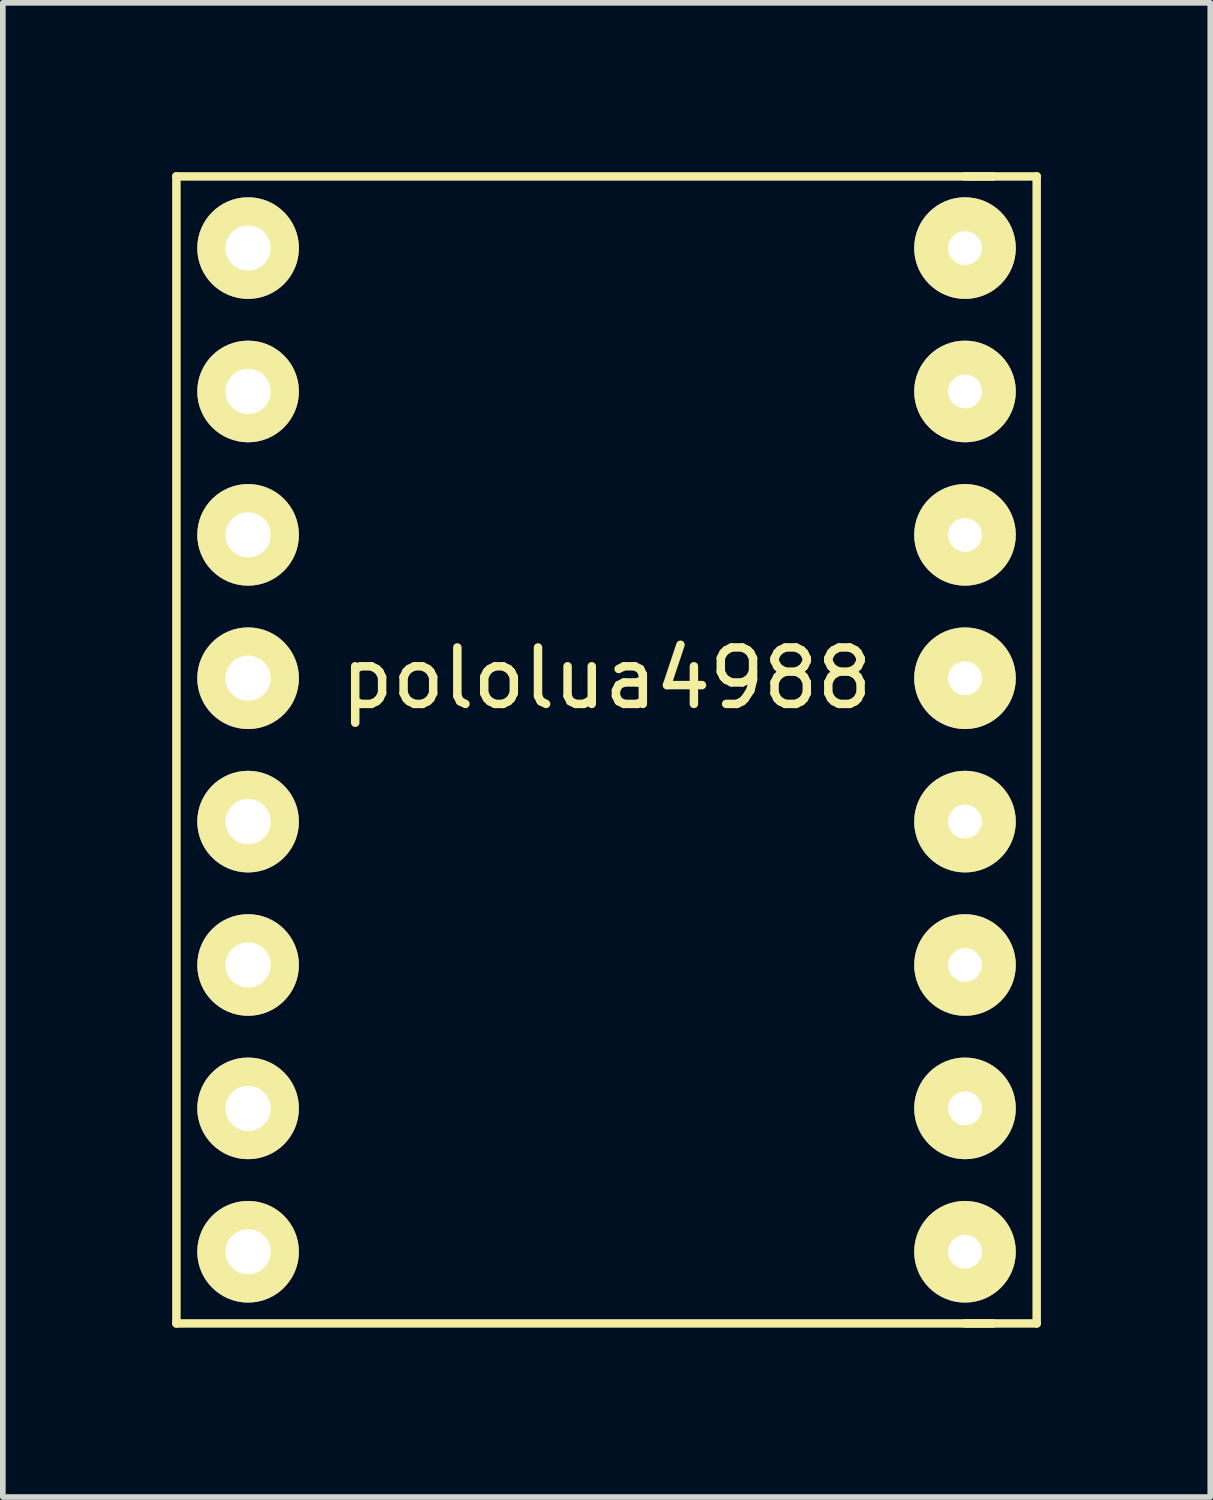
<source format=kicad_pcb>
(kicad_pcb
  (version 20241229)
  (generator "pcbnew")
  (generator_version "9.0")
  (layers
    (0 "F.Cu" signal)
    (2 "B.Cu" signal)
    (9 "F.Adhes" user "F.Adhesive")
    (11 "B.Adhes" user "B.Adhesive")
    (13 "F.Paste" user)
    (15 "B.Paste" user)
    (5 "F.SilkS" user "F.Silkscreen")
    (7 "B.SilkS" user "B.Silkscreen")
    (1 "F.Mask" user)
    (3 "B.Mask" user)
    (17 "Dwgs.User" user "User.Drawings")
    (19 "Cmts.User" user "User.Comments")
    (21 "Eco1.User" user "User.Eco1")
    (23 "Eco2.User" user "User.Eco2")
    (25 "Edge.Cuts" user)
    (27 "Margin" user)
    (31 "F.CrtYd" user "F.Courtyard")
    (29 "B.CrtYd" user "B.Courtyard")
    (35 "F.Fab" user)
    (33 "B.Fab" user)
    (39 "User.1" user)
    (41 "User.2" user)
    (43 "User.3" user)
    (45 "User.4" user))
  (footprint "pololua4988"
    (layer "F.Cu")
    (at 1.345 1.345)
    (property "Reference" "pololua4988" (at 6.35 7.62 0) (layer "F.SilkS") (effects (font (size 1 1) (thickness 0.15))))
    (attr through_hole)
    (fp_line (start -1.27 -1.27) (end 13.2 -1.27) (stroke (width 0.15) (type solid)) (layer "F.SilkS"))
    (fp_line (start -1.27 19.05) (end -1.27 -1.27) (stroke (width 0.15) (type solid)) (layer "F.SilkS"))
    (fp_line (start 12.7 -1.27) (end 13.97 -1.27) (stroke (width 0.15) (type solid)) (layer "F.SilkS"))
    (fp_line (start 13.2 19.05) (end -1.27 19.05) (stroke (width 0.15) (type solid)) (layer "F.SilkS"))
    (fp_line (start 13.97 -1.27) (end 13.97 19.05) (stroke (width 0.15) (type solid)) (layer "F.SilkS"))
    (fp_line (start 13.97 19.05) (end 12.7 19.05) (stroke (width 0.15) (type solid)) (layer "F.SilkS"))
    (pad "1" thru_hole circle (at 0 0) (size 1.8 1.8) (drill 0.8) (layers "*.Cu" "*.Mask" "F.SilkS"))
    (pad "2" thru_hole circle (at 0 2.54) (size 1.8 1.8) (drill 0.8) (layers "*.Cu" "*.Mask" "F.SilkS"))
    (pad "3" thru_hole circle (at 0 5.08) (size 1.8 1.8) (drill 0.8) (layers "*.Cu" "*.Mask" "F.SilkS"))
    (pad "4" thru_hole circle (at 0 7.62) (size 1.8 1.8) (drill 0.8) (layers "*.Cu" "*.Mask" "F.SilkS"))
    (pad "5" thru_hole circle (at 0 10.16) (size 1.8 1.8) (drill 0.8) (layers "*.Cu" "*.Mask" "F.SilkS"))
    (pad "6" thru_hole circle (at 0 12.7) (size 1.8 1.8) (drill 0.8) (layers "*.Cu" "*.Mask" "F.SilkS"))
    (pad "7" thru_hole circle (at 0 15.24) (size 1.8 1.8) (drill 0.8) (layers "*.Cu" "*.Mask" "F.SilkS"))
    (pad "8" thru_hole circle (at 0 17.78) (size 1.8 1.8) (drill 0.8) (layers "*.Cu" "*.Mask" "F.SilkS"))
    (pad "9" thru_hole circle (at 12.7 17.78) (size 1.8 1.8) (drill 0.6) (layers "*.Cu" "*.Mask" "F.SilkS"))
    (pad "10" thru_hole circle (at 12.7 15.24) (size 1.8 1.8) (drill 0.6) (layers "*.Cu" "*.Mask" "F.SilkS"))
    (pad "11" thru_hole circle (at 12.7 12.7) (size 1.8 1.8) (drill 0.6) (layers "*.Cu" "*.Mask" "F.SilkS"))
    (pad "12" thru_hole circle (at 12.7 10.16) (size 1.8 1.8) (drill 0.6) (layers "*.Cu" "*.Mask" "F.SilkS"))
    (pad "13" thru_hole circle (at 12.7 7.62) (size 1.8 1.8) (drill 0.6) (layers "*.Cu" "*.Mask" "F.SilkS"))
    (pad "14" thru_hole circle (at 12.7 5.08) (size 1.8 1.8) (drill 0.6) (layers "*.Cu" "*.Mask" "F.SilkS"))
    (pad "15" thru_hole circle (at 12.7 2.54) (size 1.8 1.8) (drill 0.6) (layers "*.Cu" "*.Mask" "F.SilkS"))
    (pad "16" thru_hole circle (at 12.7 0) (size 1.8 1.8) (drill 0.6) (layers "*.Cu" "*.Mask" "F.SilkS")))
  (gr_rect
    (start -3 -3)
    (end 18.39 23.47)
    (stroke (width 0.1) (type default))
    (fill no)
    (layer "Edge.Cuts")))
</source>
